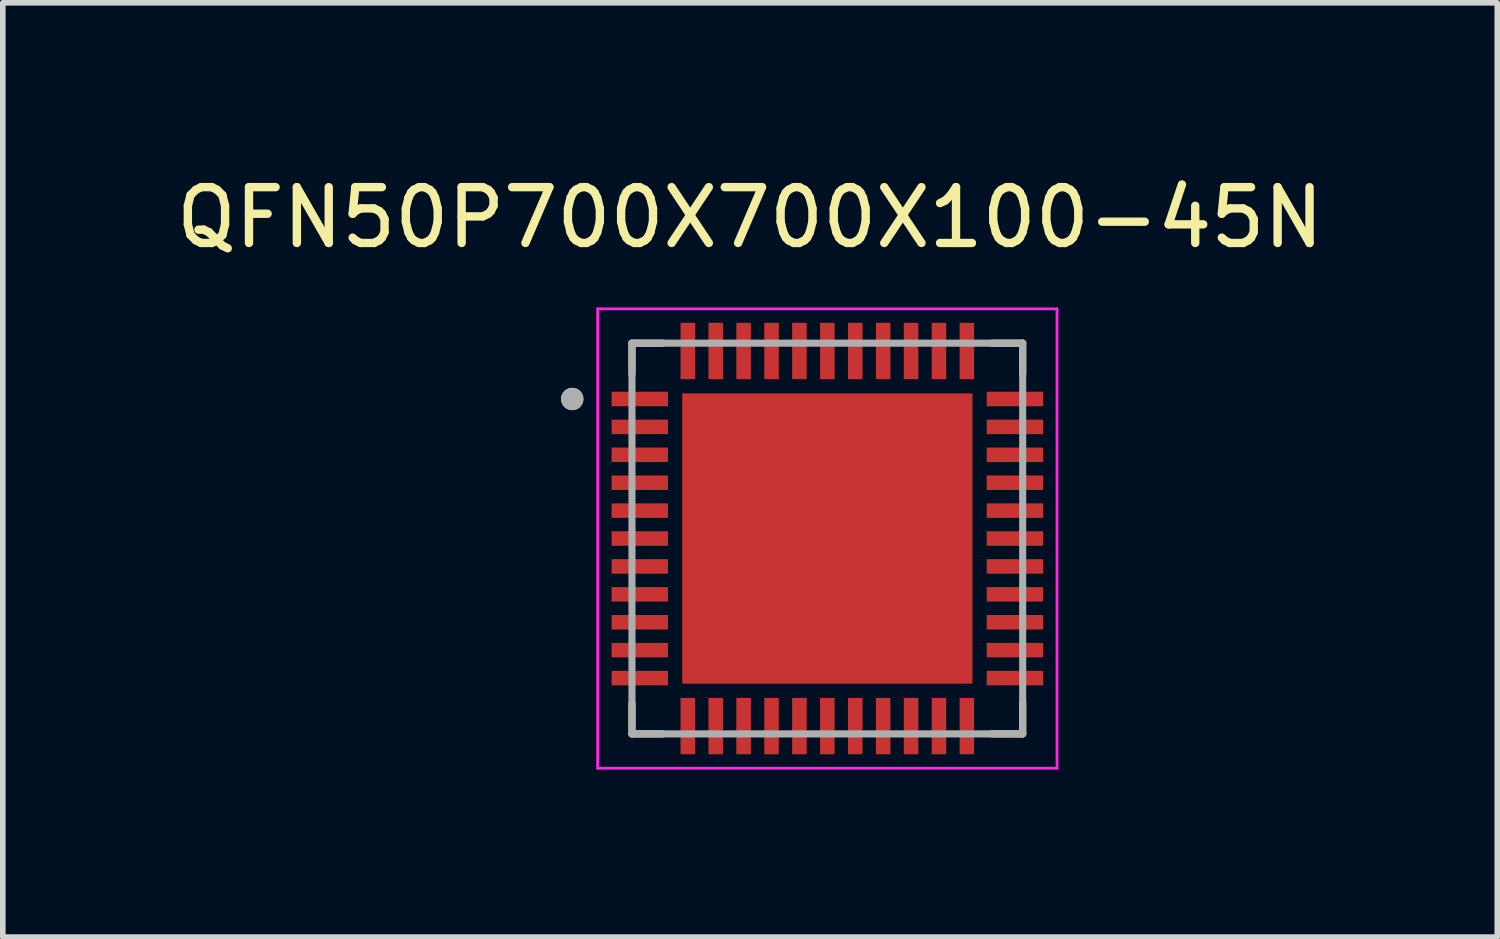
<source format=kicad_pcb>
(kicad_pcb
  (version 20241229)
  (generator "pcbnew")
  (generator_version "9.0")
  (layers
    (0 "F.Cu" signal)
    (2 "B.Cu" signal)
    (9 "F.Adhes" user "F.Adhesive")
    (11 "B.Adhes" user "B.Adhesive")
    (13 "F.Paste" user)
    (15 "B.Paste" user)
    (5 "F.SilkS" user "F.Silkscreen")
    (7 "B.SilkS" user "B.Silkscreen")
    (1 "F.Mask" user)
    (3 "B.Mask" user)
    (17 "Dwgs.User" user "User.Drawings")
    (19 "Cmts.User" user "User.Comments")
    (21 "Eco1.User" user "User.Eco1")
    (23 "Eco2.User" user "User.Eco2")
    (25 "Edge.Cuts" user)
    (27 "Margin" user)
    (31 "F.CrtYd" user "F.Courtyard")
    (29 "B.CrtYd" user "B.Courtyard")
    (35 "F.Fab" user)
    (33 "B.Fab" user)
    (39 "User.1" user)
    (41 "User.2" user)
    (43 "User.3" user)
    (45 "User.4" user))
  (footprint "QFN50P700X700X100-45N"
    (layer "F.Cu")
    (at 11.772 6.598)
    (property "Reference" "QFN50P700X700X100-45N" (at -1.385 -5.75 0) (layer "F.SilkS") (effects (font (size 1 1) (thickness 0.15))))
    (attr through_hole)
    (fp_line (start -3.5 -3.5) (end -3.5 -2.95) (stroke (width 0.127) (type solid)) (layer "F.SilkS"))
    (fp_line (start -3.5 -3.5) (end -2.95 -3.5) (stroke (width 0.127) (type solid)) (layer "F.SilkS"))
    (fp_line (start -3.5 3.5) (end -3.5 2.95) (stroke (width 0.127) (type solid)) (layer "F.SilkS"))
    (fp_line (start -3.5 3.5) (end -2.95 3.5) (stroke (width 0.127) (type solid)) (layer "F.SilkS"))
    (fp_line (start 3.5 -3.5) (end 2.95 -3.5) (stroke (width 0.127) (type solid)) (layer "F.SilkS"))
    (fp_line (start 3.5 -3.5) (end 3.5 -2.95) (stroke (width 0.127) (type solid)) (layer "F.SilkS"))
    (fp_line (start 3.5 3.5) (end 2.95 3.5) (stroke (width 0.127) (type solid)) (layer "F.SilkS"))
    (fp_line (start 3.5 3.5) (end 3.5 2.95) (stroke (width 0.127) (type solid)) (layer "F.SilkS"))
    (fp_circle (center -4.57 -2.5) (end -4.47 -2.5) (stroke (width 0.2) (type solid)) (fill no) (layer "F.SilkS"))
    (fp_poly (pts (xy -2.12 -2.12) (xy -0.48 -2.12) (xy -0.48 -0.48) (xy -2.12 -0.48)) (stroke (width 0.01) (type solid)) (fill yes) (layer "F.Paste"))
    (fp_poly (pts (xy -2.12 0.48) (xy -0.48 0.48) (xy -0.48 2.12) (xy -2.12 2.12)) (stroke (width 0.01) (type solid)) (fill yes) (layer "F.Paste"))
    (fp_poly (pts (xy 0.48 -2.12) (xy 2.12 -2.12) (xy 2.12 -0.48) (xy 0.48 -0.48)) (stroke (width 0.01) (type solid)) (fill yes) (layer "F.Paste"))
    (fp_poly (pts (xy 0.48 0.48) (xy 2.12 0.48) (xy 2.12 2.12) (xy 0.48 2.12)) (stroke (width 0.01) (type solid)) (fill yes) (layer "F.Paste"))
    (fp_line (start -4.115 -4.115) (end 4.115 -4.115) (stroke (width 0.05) (type solid)) (layer "F.CrtYd"))
    (fp_line (start -4.115 4.115) (end -4.115 -4.115) (stroke (width 0.05) (type solid)) (layer "F.CrtYd"))
    (fp_line (start -4.115 4.115) (end 4.115 4.115) (stroke (width 0.05) (type solid)) (layer "F.CrtYd"))
    (fp_line (start 4.115 4.115) (end 4.115 -4.115) (stroke (width 0.05) (type solid)) (layer "F.CrtYd"))
    (fp_line (start -3.5 3.5) (end -3.5 -3.5) (stroke (width 0.127) (type solid)) (layer "F.Fab"))
    (fp_line (start 3.5 -3.5) (end -3.5 -3.5) (stroke (width 0.127) (type solid)) (layer "F.Fab"))
    (fp_line (start 3.5 3.5) (end -3.5 3.5) (stroke (width 0.127) (type solid)) (layer "F.Fab"))
    (fp_line (start 3.5 3.5) (end 3.5 -3.5) (stroke (width 0.127) (type solid)) (layer "F.Fab"))
    (fp_circle (center -4.57 -2.5) (end -4.47 -2.5) (stroke (width 0.2) (type solid)) (fill no) (layer "F.Fab"))
    (pad "1" smd rect (at -3.36 -2.5) (size 1.01 0.26) (layers "F.Cu" "F.Mask" "F.Paste"))
    (pad "2" smd rect (at -3.36 -2) (size 1.01 0.26) (layers "F.Cu" "F.Mask" "F.Paste"))
    (pad "3" smd rect (at -3.36 -1.5) (size 1.01 0.26) (layers "F.Cu" "F.Mask" "F.Paste"))
    (pad "4" smd rect (at -3.36 -1) (size 1.01 0.26) (layers "F.Cu" "F.Mask" "F.Paste"))
    (pad "5" smd rect (at -3.36 -0.5) (size 1.01 0.26) (layers "F.Cu" "F.Mask" "F.Paste"))
    (pad "6" smd rect (at -3.36 0) (size 1.01 0.26) (layers "F.Cu" "F.Mask" "F.Paste"))
    (pad "7" smd rect (at -3.36 0.5) (size 1.01 0.26) (layers "F.Cu" "F.Mask" "F.Paste"))
    (pad "8" smd rect (at -3.36 1) (size 1.01 0.26) (layers "F.Cu" "F.Mask" "F.Paste"))
    (pad "9" smd rect (at -3.36 1.5) (size 1.01 0.26) (layers "F.Cu" "F.Mask" "F.Paste"))
    (pad "10" smd rect (at -3.36 2) (size 1.01 0.26) (layers "F.Cu" "F.Mask" "F.Paste"))
    (pad "11" smd rect (at -3.36 2.5) (size 1.01 0.26) (layers "F.Cu" "F.Mask" "F.Paste"))
    (pad "12" smd rect (at -2.5 3.36) (size 0.26 1.01) (layers "F.Cu" "F.Mask" "F.Paste"))
    (pad "13" smd rect (at -2 3.36) (size 0.26 1.01) (layers "F.Cu" "F.Mask" "F.Paste"))
    (pad "14" smd rect (at -1.5 3.36) (size 0.26 1.01) (layers "F.Cu" "F.Mask" "F.Paste"))
    (pad "15" smd rect (at -1 3.36) (size 0.26 1.01) (layers "F.Cu" "F.Mask" "F.Paste"))
    (pad "16" smd rect (at -0.5 3.36) (size 0.26 1.01) (layers "F.Cu" "F.Mask" "F.Paste"))
    (pad "17" smd rect (at 0 3.36) (size 0.26 1.01) (layers "F.Cu" "F.Mask" "F.Paste"))
    (pad "18" smd rect (at 0.5 3.36) (size 0.26 1.01) (layers "F.Cu" "F.Mask" "F.Paste"))
    (pad "19" smd rect (at 1 3.36) (size 0.26 1.01) (layers "F.Cu" "F.Mask" "F.Paste"))
    (pad "20" smd rect (at 1.5 3.36) (size 0.26 1.01) (layers "F.Cu" "F.Mask" "F.Paste"))
    (pad "21" smd rect (at 2 3.36) (size 0.26 1.01) (layers "F.Cu" "F.Mask" "F.Paste"))
    (pad "22" smd rect (at 2.5 3.36) (size 0.26 1.01) (layers "F.Cu" "F.Mask" "F.Paste"))
    (pad "23" smd rect (at 3.36 2.5) (size 1.01 0.26) (layers "F.Cu" "F.Mask" "F.Paste"))
    (pad "24" smd rect (at 3.36 2) (size 1.01 0.26) (layers "F.Cu" "F.Mask" "F.Paste"))
    (pad "25" smd rect (at 3.36 1.5) (size 1.01 0.26) (layers "F.Cu" "F.Mask" "F.Paste"))
    (pad "26" smd rect (at 3.36 1) (size 1.01 0.26) (layers "F.Cu" "F.Mask" "F.Paste"))
    (pad "27" smd rect (at 3.36 0.5) (size 1.01 0.26) (layers "F.Cu" "F.Mask" "F.Paste"))
    (pad "28" smd rect (at 3.36 0) (size 1.01 0.26) (layers "F.Cu" "F.Mask" "F.Paste"))
    (pad "29" smd rect (at 3.36 -0.5) (size 1.01 0.26) (layers "F.Cu" "F.Mask" "F.Paste"))
    (pad "30" smd rect (at 3.36 -1) (size 1.01 0.26) (layers "F.Cu" "F.Mask" "F.Paste"))
    (pad "31" smd rect (at 3.36 -1.5) (size 1.01 0.26) (layers "F.Cu" "F.Mask" "F.Paste"))
    (pad "32" smd rect (at 3.36 -2) (size 1.01 0.26) (layers "F.Cu" "F.Mask" "F.Paste"))
    (pad "33" smd rect (at 3.36 -2.5) (size 1.01 0.26) (layers "F.Cu" "F.Mask" "F.Paste"))
    (pad "34" smd rect (at 2.5 -3.36) (size 0.26 1.01) (layers "F.Cu" "F.Mask" "F.Paste"))
    (pad "35" smd rect (at 2 -3.36) (size 0.26 1.01) (layers "F.Cu" "F.Mask" "F.Paste"))
    (pad "36" smd rect (at 1.5 -3.36) (size 0.26 1.01) (layers "F.Cu" "F.Mask" "F.Paste"))
    (pad "37" smd rect (at 1 -3.36) (size 0.26 1.01) (layers "F.Cu" "F.Mask" "F.Paste"))
    (pad "38" smd rect (at 0.5 -3.36) (size 0.26 1.01) (layers "F.Cu" "F.Mask" "F.Paste"))
    (pad "39" smd rect (at 0 -3.36) (size 0.26 1.01) (layers "F.Cu" "F.Mask" "F.Paste"))
    (pad "40" smd rect (at -0.5 -3.36) (size 0.26 1.01) (layers "F.Cu" "F.Mask" "F.Paste"))
    (pad "41" smd rect (at -1 -3.36) (size 0.26 1.01) (layers "F.Cu" "F.Mask" "F.Paste"))
    (pad "42" smd rect (at -1.5 -3.36) (size 0.26 1.01) (layers "F.Cu" "F.Mask" "F.Paste"))
    (pad "43" smd rect (at -2 -3.36) (size 0.26 1.01) (layers "F.Cu" "F.Mask" "F.Paste"))
    (pad "44" smd rect (at -2.5 -3.36) (size 0.26 1.01) (layers "F.Cu" "F.Mask" "F.Paste"))
    (pad "45" smd rect (at 0 0) (size 5.2 5.2) (layers "F.Cu" "F.Mask")))
  (gr_rect
    (start -3 -3)
    (end 23.774 13.738)
    (stroke (width 0.1) (type default))
    (fill no)
    (layer "Edge.Cuts")))
</source>
